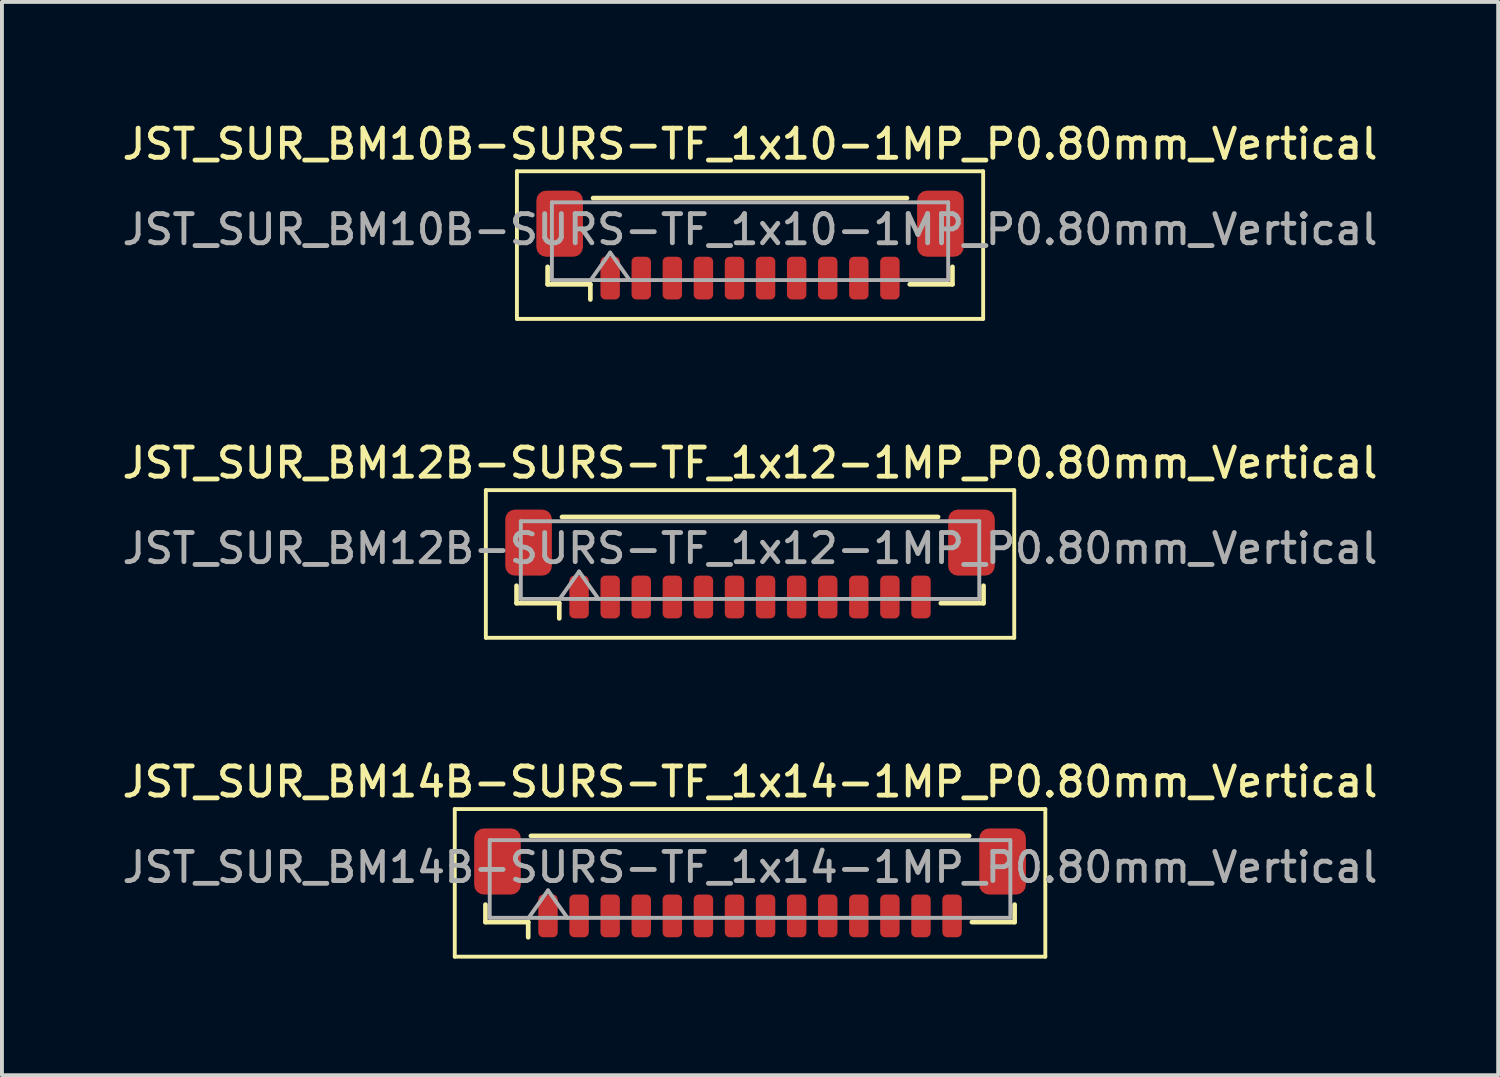
<source format=kicad_pcb>
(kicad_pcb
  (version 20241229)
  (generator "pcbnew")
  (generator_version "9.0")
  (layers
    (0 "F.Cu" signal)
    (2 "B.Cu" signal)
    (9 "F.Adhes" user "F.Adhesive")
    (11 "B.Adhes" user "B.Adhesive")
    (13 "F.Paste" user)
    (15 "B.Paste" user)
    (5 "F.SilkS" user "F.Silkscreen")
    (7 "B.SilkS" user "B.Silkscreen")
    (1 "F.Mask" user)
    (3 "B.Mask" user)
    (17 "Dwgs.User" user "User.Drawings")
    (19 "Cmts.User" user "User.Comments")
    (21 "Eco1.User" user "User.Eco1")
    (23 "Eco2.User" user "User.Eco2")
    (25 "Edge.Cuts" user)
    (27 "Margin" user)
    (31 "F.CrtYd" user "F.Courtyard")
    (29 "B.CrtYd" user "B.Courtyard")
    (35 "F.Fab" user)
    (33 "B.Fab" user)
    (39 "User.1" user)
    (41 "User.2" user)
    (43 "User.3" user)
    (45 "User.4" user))
  (footprint "JST_SUR_BM14B-SURS-TF_1x14-1MP_P0.80mm_Vertical"
    (layer "F.Cu")
    (at 16.255 19.674)
    (property "Reference" "JST_SUR_BM14B-SURS-TF_1x14-1MP_P0.80mm_Vertical" (at 0 -2.6 0) (layer "F.SilkS") (effects (font (size 0.75 0.75) (thickness 0.125))))
    (attr smd)
    (fp_line (start -7.6 -1.9) (end -7.6 1.9) (stroke (width 0.1) (type solid)) (layer "F.SilkS"))
    (fp_line (start -7.6 1.9) (end 7.6 1.9) (stroke (width 0.1) (type solid)) (layer "F.SilkS"))
    (fp_line (start -6.81 0.56) (end -6.81 1.01) (stroke (width 0.12) (type solid)) (layer "F.SilkS"))
    (fp_line (start -6.81 1.01) (end -5.71 1.01) (stroke (width 0.12) (type solid)) (layer "F.SilkS"))
    (fp_line (start -5.71 1.01) (end -5.71 1.4) (stroke (width 0.12) (type solid)) (layer "F.SilkS"))
    (fp_line (start -5.64 -1.21) (end 5.64 -1.21) (stroke (width 0.12) (type solid)) (layer "F.SilkS"))
    (fp_line (start 6.81 0.56) (end 6.81 1.01) (stroke (width 0.12) (type solid)) (layer "F.SilkS"))
    (fp_line (start 6.81 1.01) (end 5.71 1.01) (stroke (width 0.12) (type solid)) (layer "F.SilkS"))
    (fp_line (start 7.6 -1.9) (end -7.6 -1.9) (stroke (width 0.1) (type solid)) (layer "F.SilkS"))
    (fp_line (start 7.6 1.9) (end 7.6 -1.9) (stroke (width 0.1) (type solid)) (layer "F.SilkS"))
    (fp_line (start -6.7 -1.1) (end 6.7 -1.1) (stroke (width 0.1) (type solid)) (layer "F.Fab"))
    (fp_line (start -6.7 0.9) (end -6.7 -1.1) (stroke (width 0.1) (type solid)) (layer "F.Fab"))
    (fp_line (start -6.7 0.9) (end 6.7 0.9) (stroke (width 0.1) (type solid)) (layer "F.Fab"))
    (fp_line (start -5.7 0.9) (end -5.2 0.193) (stroke (width 0.1) (type solid)) (layer "F.Fab"))
    (fp_line (start -5.2 0.193) (end -4.7 0.9) (stroke (width 0.1) (type solid)) (layer "F.Fab"))
    (fp_line (start 6.7 0.9) (end 6.7 -1.1) (stroke (width 0.1) (type solid)) (layer "F.Fab"))
    (fp_text user "${REFERENCE}" (at 0 -0.4 0) (layer "F.Fab") (effects (font (size 0.75 0.75) (thickness 0.125))))
    (pad "1" smd roundrect (at -5.2 0.85) (size 0.5 1.1) (layers "F.Cu" "F.Mask" "F.Paste") (roundrect_rratio 0.25))
    (pad "2" smd roundrect (at -4.4 0.85) (size 0.5 1.1) (layers "F.Cu" "F.Mask" "F.Paste") (roundrect_rratio 0.25))
    (pad "3" smd roundrect (at -3.6 0.85) (size 0.5 1.1) (layers "F.Cu" "F.Mask" "F.Paste") (roundrect_rratio 0.25))
    (pad "4" smd roundrect (at -2.8 0.85) (size 0.5 1.1) (layers "F.Cu" "F.Mask" "F.Paste") (roundrect_rratio 0.25))
    (pad "5" smd roundrect (at -2 0.85) (size 0.5 1.1) (layers "F.Cu" "F.Mask" "F.Paste") (roundrect_rratio 0.25))
    (pad "6" smd roundrect (at -1.2 0.85) (size 0.5 1.1) (layers "F.Cu" "F.Mask" "F.Paste") (roundrect_rratio 0.25))
    (pad "7" smd roundrect (at -0.4 0.85) (size 0.5 1.1) (layers "F.Cu" "F.Mask" "F.Paste") (roundrect_rratio 0.25))
    (pad "8" smd roundrect (at 0.4 0.85) (size 0.5 1.1) (layers "F.Cu" "F.Mask" "F.Paste") (roundrect_rratio 0.25))
    (pad "9" smd roundrect (at 1.2 0.85) (size 0.5 1.1) (layers "F.Cu" "F.Mask" "F.Paste") (roundrect_rratio 0.25))
    (pad "10" smd roundrect (at 2 0.85) (size 0.5 1.1) (layers "F.Cu" "F.Mask" "F.Paste") (roundrect_rratio 0.25))
    (pad "11" smd roundrect (at 2.8 0.85) (size 0.5 1.1) (layers "F.Cu" "F.Mask" "F.Paste") (roundrect_rratio 0.25))
    (pad "12" smd roundrect (at 3.6 0.85) (size 0.5 1.1) (layers "F.Cu" "F.Mask" "F.Paste") (roundrect_rratio 0.25))
    (pad "13" smd roundrect (at 4.4 0.85) (size 0.5 1.1) (layers "F.Cu" "F.Mask" "F.Paste") (roundrect_rratio 0.25))
    (pad "14" smd roundrect (at 5.2 0.85) (size 0.5 1.1) (layers "F.Cu" "F.Mask" "F.Paste") (roundrect_rratio 0.25))
    (pad "MP" smd roundrect (at -6.5 -0.55) (size 1.2 1.7) (layers "F.Cu" "F.Mask" "F.Paste") (roundrect_rratio 0.208))
    (pad "MP" smd roundrect (at 6.5 -0.55) (size 1.2 1.7) (layers "F.Cu" "F.Mask" "F.Paste") (roundrect_rratio 0.208)))
  (footprint "JST_SUR_BM10B-SURS-TF_1x10-1MP_P0.80mm_Vertical"
    (layer "F.Cu")
    (at 16.255 3.258)
    (property "Reference" "JST_SUR_BM10B-SURS-TF_1x10-1MP_P0.80mm_Vertical" (at 0 -2.6 0) (layer "F.SilkS") (effects (font (size 0.75 0.75) (thickness 0.125))))
    (attr smd)
    (fp_line (start -6 -1.9) (end -6 1.9) (stroke (width 0.1) (type solid)) (layer "F.SilkS"))
    (fp_line (start -6 1.9) (end 6 1.9) (stroke (width 0.1) (type solid)) (layer "F.SilkS"))
    (fp_line (start -5.21 0.56) (end -5.21 1.01) (stroke (width 0.12) (type solid)) (layer "F.SilkS"))
    (fp_line (start -5.21 1.01) (end -4.11 1.01) (stroke (width 0.12) (type solid)) (layer "F.SilkS"))
    (fp_line (start -4.11 1.01) (end -4.11 1.4) (stroke (width 0.12) (type solid)) (layer "F.SilkS"))
    (fp_line (start -4.04 -1.21) (end 4.04 -1.21) (stroke (width 0.12) (type solid)) (layer "F.SilkS"))
    (fp_line (start 5.21 0.56) (end 5.21 1.01) (stroke (width 0.12) (type solid)) (layer "F.SilkS"))
    (fp_line (start 5.21 1.01) (end 4.11 1.01) (stroke (width 0.12) (type solid)) (layer "F.SilkS"))
    (fp_line (start 6 -1.9) (end -6 -1.9) (stroke (width 0.1) (type solid)) (layer "F.SilkS"))
    (fp_line (start 6 1.9) (end 6 -1.9) (stroke (width 0.1) (type solid)) (layer "F.SilkS"))
    (fp_line (start -5.1 -1.1) (end 5.1 -1.1) (stroke (width 0.1) (type solid)) (layer "F.Fab"))
    (fp_line (start -5.1 0.9) (end -5.1 -1.1) (stroke (width 0.1) (type solid)) (layer "F.Fab"))
    (fp_line (start -5.1 0.9) (end 5.1 0.9) (stroke (width 0.1) (type solid)) (layer "F.Fab"))
    (fp_line (start -4.1 0.9) (end -3.6 0.193) (stroke (width 0.1) (type solid)) (layer "F.Fab"))
    (fp_line (start -3.6 0.193) (end -3.1 0.9) (stroke (width 0.1) (type solid)) (layer "F.Fab"))
    (fp_line (start 5.1 0.9) (end 5.1 -1.1) (stroke (width 0.1) (type solid)) (layer "F.Fab"))
    (fp_text user "${REFERENCE}" (at 0 -0.4 0) (layer "F.Fab") (effects (font (size 0.75 0.75) (thickness 0.125))))
    (pad "1" smd roundrect (at -3.6 0.85) (size 0.5 1.1) (layers "F.Cu" "F.Mask" "F.Paste") (roundrect_rratio 0.25))
    (pad "2" smd roundrect (at -2.8 0.85) (size 0.5 1.1) (layers "F.Cu" "F.Mask" "F.Paste") (roundrect_rratio 0.25))
    (pad "3" smd roundrect (at -2 0.85) (size 0.5 1.1) (layers "F.Cu" "F.Mask" "F.Paste") (roundrect_rratio 0.25))
    (pad "4" smd roundrect (at -1.2 0.85) (size 0.5 1.1) (layers "F.Cu" "F.Mask" "F.Paste") (roundrect_rratio 0.25))
    (pad "5" smd roundrect (at -0.4 0.85) (size 0.5 1.1) (layers "F.Cu" "F.Mask" "F.Paste") (roundrect_rratio 0.25))
    (pad "6" smd roundrect (at 0.4 0.85) (size 0.5 1.1) (layers "F.Cu" "F.Mask" "F.Paste") (roundrect_rratio 0.25))
    (pad "7" smd roundrect (at 1.2 0.85) (size 0.5 1.1) (layers "F.Cu" "F.Mask" "F.Paste") (roundrect_rratio 0.25))
    (pad "8" smd roundrect (at 2 0.85) (size 0.5 1.1) (layers "F.Cu" "F.Mask" "F.Paste") (roundrect_rratio 0.25))
    (pad "9" smd roundrect (at 2.8 0.85) (size 0.5 1.1) (layers "F.Cu" "F.Mask" "F.Paste") (roundrect_rratio 0.25))
    (pad "10" smd roundrect (at 3.6 0.85) (size 0.5 1.1) (layers "F.Cu" "F.Mask" "F.Paste") (roundrect_rratio 0.25))
    (pad "MP" smd roundrect (at -4.9 -0.55) (size 1.2 1.7) (layers "F.Cu" "F.Mask" "F.Paste") (roundrect_rratio 0.208))
    (pad "MP" smd roundrect (at 4.9 -0.55) (size 1.2 1.7) (layers "F.Cu" "F.Mask" "F.Paste") (roundrect_rratio 0.208)))
  (footprint "JST_SUR_BM12B-SURS-TF_1x12-1MP_P0.80mm_Vertical"
    (layer "F.Cu")
    (at 16.255 11.466)
    (property "Reference" "JST_SUR_BM12B-SURS-TF_1x12-1MP_P0.80mm_Vertical" (at 0 -2.6 0) (layer "F.SilkS") (effects (font (size 0.75 0.75) (thickness 0.125))))
    (attr smd)
    (fp_line (start -6.8 -1.9) (end -6.8 1.9) (stroke (width 0.1) (type solid)) (layer "F.SilkS"))
    (fp_line (start -6.8 1.9) (end 6.8 1.9) (stroke (width 0.1) (type solid)) (layer "F.SilkS"))
    (fp_line (start -6.01 0.56) (end -6.01 1.01) (stroke (width 0.12) (type solid)) (layer "F.SilkS"))
    (fp_line (start -6.01 1.01) (end -4.91 1.01) (stroke (width 0.12) (type solid)) (layer "F.SilkS"))
    (fp_line (start -4.91 1.01) (end -4.91 1.4) (stroke (width 0.12) (type solid)) (layer "F.SilkS"))
    (fp_line (start -4.84 -1.21) (end 4.84 -1.21) (stroke (width 0.12) (type solid)) (layer "F.SilkS"))
    (fp_line (start 6.01 0.56) (end 6.01 1.01) (stroke (width 0.12) (type solid)) (layer "F.SilkS"))
    (fp_line (start 6.01 1.01) (end 4.91 1.01) (stroke (width 0.12) (type solid)) (layer "F.SilkS"))
    (fp_line (start 6.8 -1.9) (end -6.8 -1.9) (stroke (width 0.1) (type solid)) (layer "F.SilkS"))
    (fp_line (start 6.8 1.9) (end 6.8 -1.9) (stroke (width 0.1) (type solid)) (layer "F.SilkS"))
    (fp_line (start -5.9 -1.1) (end 5.9 -1.1) (stroke (width 0.1) (type solid)) (layer "F.Fab"))
    (fp_line (start -5.9 0.9) (end -5.9 -1.1) (stroke (width 0.1) (type solid)) (layer "F.Fab"))
    (fp_line (start -5.9 0.9) (end 5.9 0.9) (stroke (width 0.1) (type solid)) (layer "F.Fab"))
    (fp_line (start -4.9 0.9) (end -4.4 0.193) (stroke (width 0.1) (type solid)) (layer "F.Fab"))
    (fp_line (start -4.4 0.193) (end -3.9 0.9) (stroke (width 0.1) (type solid)) (layer "F.Fab"))
    (fp_line (start 5.9 0.9) (end 5.9 -1.1) (stroke (width 0.1) (type solid)) (layer "F.Fab"))
    (fp_text user "${REFERENCE}" (at 0 -0.4 0) (layer "F.Fab") (effects (font (size 0.75 0.75) (thickness 0.125))))
    (pad "1" smd roundrect (at -4.4 0.85) (size 0.5 1.1) (layers "F.Cu" "F.Mask" "F.Paste") (roundrect_rratio 0.25))
    (pad "2" smd roundrect (at -3.6 0.85) (size 0.5 1.1) (layers "F.Cu" "F.Mask" "F.Paste") (roundrect_rratio 0.25))
    (pad "3" smd roundrect (at -2.8 0.85) (size 0.5 1.1) (layers "F.Cu" "F.Mask" "F.Paste") (roundrect_rratio 0.25))
    (pad "4" smd roundrect (at -2 0.85) (size 0.5 1.1) (layers "F.Cu" "F.Mask" "F.Paste") (roundrect_rratio 0.25))
    (pad "5" smd roundrect (at -1.2 0.85) (size 0.5 1.1) (layers "F.Cu" "F.Mask" "F.Paste") (roundrect_rratio 0.25))
    (pad "6" smd roundrect (at -0.4 0.85) (size 0.5 1.1) (layers "F.Cu" "F.Mask" "F.Paste") (roundrect_rratio 0.25))
    (pad "7" smd roundrect (at 0.4 0.85) (size 0.5 1.1) (layers "F.Cu" "F.Mask" "F.Paste") (roundrect_rratio 0.25))
    (pad "8" smd roundrect (at 1.2 0.85) (size 0.5 1.1) (layers "F.Cu" "F.Mask" "F.Paste") (roundrect_rratio 0.25))
    (pad "9" smd roundrect (at 2 0.85) (size 0.5 1.1) (layers "F.Cu" "F.Mask" "F.Paste") (roundrect_rratio 0.25))
    (pad "10" smd roundrect (at 2.8 0.85) (size 0.5 1.1) (layers "F.Cu" "F.Mask" "F.Paste") (roundrect_rratio 0.25))
    (pad "11" smd roundrect (at 3.6 0.85) (size 0.5 1.1) (layers "F.Cu" "F.Mask" "F.Paste") (roundrect_rratio 0.25))
    (pad "12" smd roundrect (at 4.4 0.85) (size 0.5 1.1) (layers "F.Cu" "F.Mask" "F.Paste") (roundrect_rratio 0.25))
    (pad "MP" smd roundrect (at -5.7 -0.55) (size 1.2 1.7) (layers "F.Cu" "F.Mask" "F.Paste") (roundrect_rratio 0.208))
    (pad "MP" smd roundrect (at 5.7 -0.55) (size 1.2 1.7) (layers "F.Cu" "F.Mask" "F.Paste") (roundrect_rratio 0.208)))
  (gr_rect
    (start -3 -3)
    (end 35.511 24.624)
    (stroke (width 0.1) (type default))
    (fill no)
    (layer "Edge.Cuts")))
</source>
